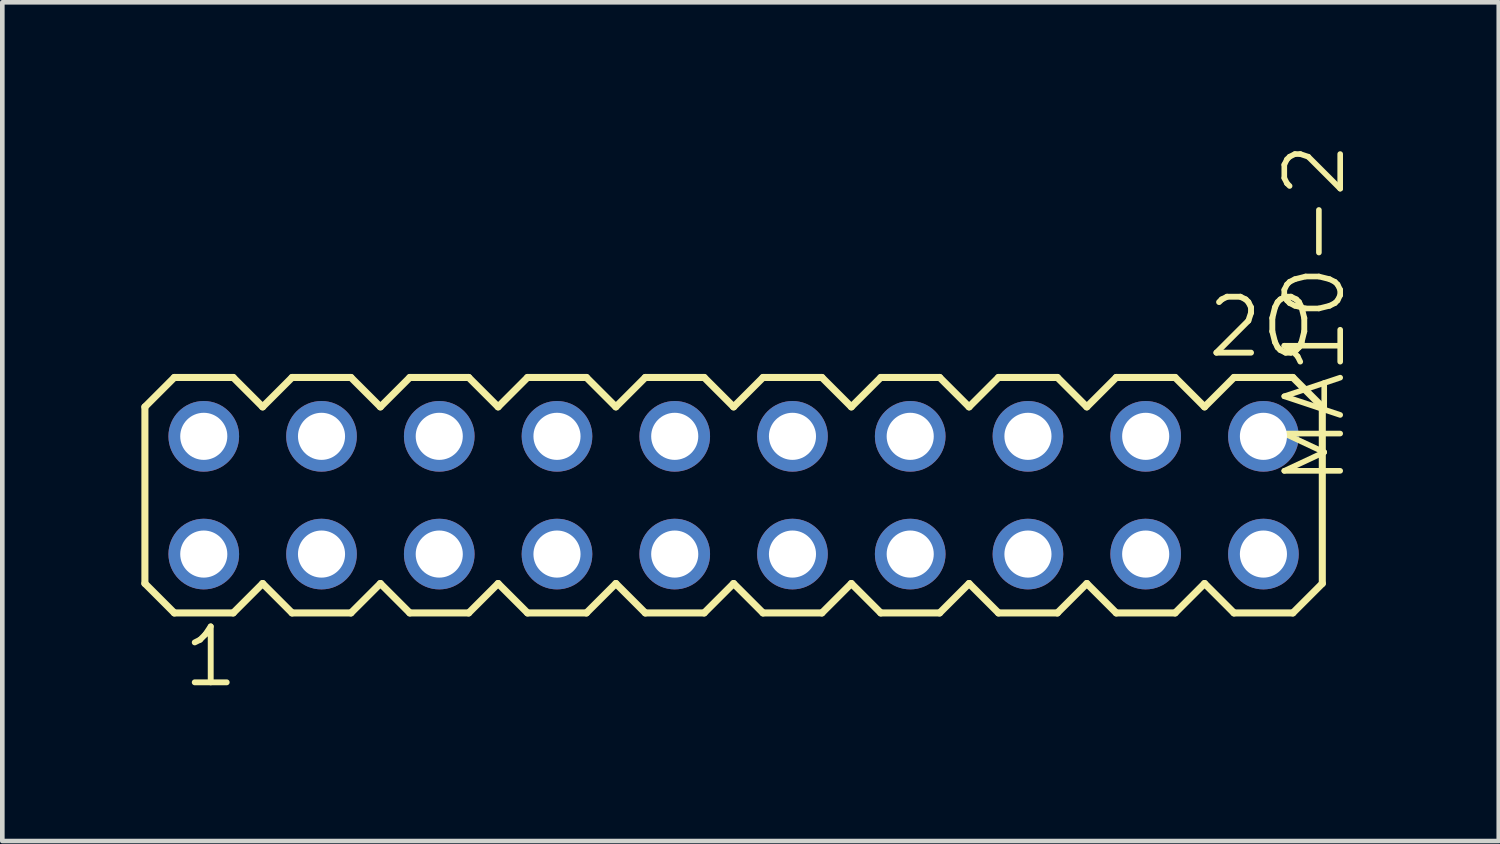
<source format=kicad_pcb>
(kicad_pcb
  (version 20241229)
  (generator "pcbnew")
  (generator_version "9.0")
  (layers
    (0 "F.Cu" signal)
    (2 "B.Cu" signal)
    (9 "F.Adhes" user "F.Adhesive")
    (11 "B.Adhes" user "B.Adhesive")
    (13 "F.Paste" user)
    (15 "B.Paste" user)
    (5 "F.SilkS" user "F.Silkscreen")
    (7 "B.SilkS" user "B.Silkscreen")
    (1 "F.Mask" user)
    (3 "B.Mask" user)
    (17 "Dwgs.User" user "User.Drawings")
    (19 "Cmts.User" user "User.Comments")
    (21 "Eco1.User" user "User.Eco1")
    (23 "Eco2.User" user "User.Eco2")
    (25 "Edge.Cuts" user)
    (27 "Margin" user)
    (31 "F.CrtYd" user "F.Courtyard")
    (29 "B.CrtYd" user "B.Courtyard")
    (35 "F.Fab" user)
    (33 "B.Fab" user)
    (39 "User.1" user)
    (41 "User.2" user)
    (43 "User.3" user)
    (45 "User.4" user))
  (footprint "MA10-2"
    (layer "F.Cu")
    (at 12.776 7.633)
    (property "Reference" "MA10-2" (at 13.24 -0.159 270) (layer "F.SilkS") (effects (font (size 1.206 1.206) (thickness 0.121)) (justify left bottom)))
    (attr through_hole)
    (fp_line (start -12.7 -1.905) (end -12.7 1.905) (stroke (width 0.152) (type solid)) (layer "F.SilkS"))
    (fp_line (start -12.7 1.905) (end -12.065 2.54) (stroke (width 0.152) (type solid)) (layer "F.SilkS"))
    (fp_line (start -12.065 -2.54) (end -12.7 -1.905) (stroke (width 0.152) (type solid)) (layer "F.SilkS"))
    (fp_line (start -12.065 -2.54) (end -10.795 -2.54) (stroke (width 0.152) (type solid)) (layer "F.SilkS"))
    (fp_line (start -10.795 -2.54) (end -10.16 -1.905) (stroke (width 0.152) (type solid)) (layer "F.SilkS"))
    (fp_line (start -10.795 2.54) (end -12.065 2.54) (stroke (width 0.152) (type solid)) (layer "F.SilkS"))
    (fp_line (start -10.16 -1.905) (end -9.525 -2.54) (stroke (width 0.152) (type solid)) (layer "F.SilkS"))
    (fp_line (start -10.16 1.905) (end -10.795 2.54) (stroke (width 0.152) (type solid)) (layer "F.SilkS"))
    (fp_line (start -9.525 -2.54) (end -8.255 -2.54) (stroke (width 0.152) (type solid)) (layer "F.SilkS"))
    (fp_line (start -9.525 2.54) (end -10.16 1.905) (stroke (width 0.152) (type solid)) (layer "F.SilkS"))
    (fp_line (start -8.255 -2.54) (end -7.62 -1.905) (stroke (width 0.152) (type solid)) (layer "F.SilkS"))
    (fp_line (start -8.255 2.54) (end -9.525 2.54) (stroke (width 0.152) (type solid)) (layer "F.SilkS"))
    (fp_line (start -7.62 -1.905) (end -6.985 -2.54) (stroke (width 0.152) (type solid)) (layer "F.SilkS"))
    (fp_line (start -7.62 1.905) (end -8.255 2.54) (stroke (width 0.152) (type solid)) (layer "F.SilkS"))
    (fp_line (start -6.985 -2.54) (end -5.715 -2.54) (stroke (width 0.152) (type solid)) (layer "F.SilkS"))
    (fp_line (start -6.985 2.54) (end -7.62 1.905) (stroke (width 0.152) (type solid)) (layer "F.SilkS"))
    (fp_line (start -5.715 -2.54) (end -5.08 -1.905) (stroke (width 0.152) (type solid)) (layer "F.SilkS"))
    (fp_line (start -5.715 2.54) (end -6.985 2.54) (stroke (width 0.152) (type solid)) (layer "F.SilkS"))
    (fp_line (start -5.08 1.905) (end -5.715 2.54) (stroke (width 0.152) (type solid)) (layer "F.SilkS"))
    (fp_line (start -5.08 1.905) (end -4.445 2.54) (stroke (width 0.152) (type solid)) (layer "F.SilkS"))
    (fp_line (start -4.445 -2.54) (end -5.08 -1.905) (stroke (width 0.152) (type solid)) (layer "F.SilkS"))
    (fp_line (start -4.445 -2.54) (end -3.175 -2.54) (stroke (width 0.152) (type solid)) (layer "F.SilkS"))
    (fp_line (start -3.175 -2.54) (end -2.54 -1.905) (stroke (width 0.152) (type solid)) (layer "F.SilkS"))
    (fp_line (start -3.175 2.54) (end -4.445 2.54) (stroke (width 0.152) (type solid)) (layer "F.SilkS"))
    (fp_line (start -2.54 -1.905) (end -1.905 -2.54) (stroke (width 0.152) (type solid)) (layer "F.SilkS"))
    (fp_line (start -2.54 1.905) (end -3.175 2.54) (stroke (width 0.152) (type solid)) (layer "F.SilkS"))
    (fp_line (start -1.905 -2.54) (end -0.635 -2.54) (stroke (width 0.152) (type solid)) (layer "F.SilkS"))
    (fp_line (start -1.905 2.54) (end -2.54 1.905) (stroke (width 0.152) (type solid)) (layer "F.SilkS"))
    (fp_line (start -0.635 -2.54) (end 0 -1.905) (stroke (width 0.152) (type solid)) (layer "F.SilkS"))
    (fp_line (start -0.635 2.54) (end -1.905 2.54) (stroke (width 0.152) (type solid)) (layer "F.SilkS"))
    (fp_line (start 0 -1.905) (end 0.635 -2.54) (stroke (width 0.152) (type solid)) (layer "F.SilkS"))
    (fp_line (start 0 1.905) (end -0.635 2.54) (stroke (width 0.152) (type solid)) (layer "F.SilkS"))
    (fp_line (start 0.635 -2.54) (end 1.905 -2.54) (stroke (width 0.152) (type solid)) (layer "F.SilkS"))
    (fp_line (start 0.635 2.54) (end 0 1.905) (stroke (width 0.152) (type solid)) (layer "F.SilkS"))
    (fp_line (start 1.905 -2.54) (end 2.54 -1.905) (stroke (width 0.152) (type solid)) (layer "F.SilkS"))
    (fp_line (start 1.905 2.54) (end 0.635 2.54) (stroke (width 0.152) (type solid)) (layer "F.SilkS"))
    (fp_line (start 2.54 1.905) (end 1.905 2.54) (stroke (width 0.152) (type solid)) (layer "F.SilkS"))
    (fp_line (start 2.54 1.905) (end 3.175 2.54) (stroke (width 0.152) (type solid)) (layer "F.SilkS"))
    (fp_line (start 3.175 -2.54) (end 2.54 -1.905) (stroke (width 0.152) (type solid)) (layer "F.SilkS"))
    (fp_line (start 3.175 -2.54) (end 4.445 -2.54) (stroke (width 0.152) (type solid)) (layer "F.SilkS"))
    (fp_line (start 4.445 -2.54) (end 5.08 -1.905) (stroke (width 0.152) (type solid)) (layer "F.SilkS"))
    (fp_line (start 4.445 2.54) (end 3.175 2.54) (stroke (width 0.152) (type solid)) (layer "F.SilkS"))
    (fp_line (start 5.08 -1.905) (end 5.715 -2.54) (stroke (width 0.152) (type solid)) (layer "F.SilkS"))
    (fp_line (start 5.08 1.905) (end 4.445 2.54) (stroke (width 0.152) (type solid)) (layer "F.SilkS"))
    (fp_line (start 5.715 -2.54) (end 6.985 -2.54) (stroke (width 0.152) (type solid)) (layer "F.SilkS"))
    (fp_line (start 5.715 2.54) (end 5.08 1.905) (stroke (width 0.152) (type solid)) (layer "F.SilkS"))
    (fp_line (start 5.715 2.54) (end 6.985 2.54) (stroke (width 0.152) (type solid)) (layer "F.SilkS"))
    (fp_line (start 7.62 -1.905) (end 6.985 -2.54) (stroke (width 0.152) (type solid)) (layer "F.SilkS"))
    (fp_line (start 7.62 -1.905) (end 8.255 -2.54) (stroke (width 0.152) (type solid)) (layer "F.SilkS"))
    (fp_line (start 7.62 1.905) (end 6.985 2.54) (stroke (width 0.152) (type solid)) (layer "F.SilkS"))
    (fp_line (start 7.62 1.905) (end 8.255 2.54) (stroke (width 0.152) (type solid)) (layer "F.SilkS"))
    (fp_line (start 8.255 -2.54) (end 9.525 -2.54) (stroke (width 0.152) (type solid)) (layer "F.SilkS"))
    (fp_line (start 8.255 2.54) (end 9.525 2.54) (stroke (width 0.152) (type solid)) (layer "F.SilkS"))
    (fp_line (start 10.16 -1.905) (end 9.525 -2.54) (stroke (width 0.152) (type solid)) (layer "F.SilkS"))
    (fp_line (start 10.16 -1.905) (end 10.795 -2.54) (stroke (width 0.152) (type solid)) (layer "F.SilkS"))
    (fp_line (start 10.16 1.905) (end 9.525 2.54) (stroke (width 0.152) (type solid)) (layer "F.SilkS"))
    (fp_line (start 10.16 1.905) (end 10.795 2.54) (stroke (width 0.152) (type solid)) (layer "F.SilkS"))
    (fp_line (start 10.795 -2.54) (end 12.065 -2.54) (stroke (width 0.152) (type solid)) (layer "F.SilkS"))
    (fp_line (start 10.795 2.54) (end 12.065 2.54) (stroke (width 0.152) (type solid)) (layer "F.SilkS"))
    (fp_line (start 12.065 -2.54) (end 12.7 -1.905) (stroke (width 0.152) (type solid)) (layer "F.SilkS"))
    (fp_line (start 12.7 -1.905) (end 12.7 1.905) (stroke (width 0.152) (type solid)) (layer "F.SilkS"))
    (fp_line (start 12.7 1.905) (end 12.065 2.54) (stroke (width 0.152) (type solid)) (layer "F.SilkS"))
    (fp_poly (pts (xy -11.684 -1.016) (xy -11.176 -1.016) (xy -11.176 -1.524) (xy -11.684 -1.524)) (stroke (width 0.1) (type solid)) (fill no) (layer "F.Fab"))
    (fp_poly (pts (xy -11.684 1.524) (xy -11.176 1.524) (xy -11.176 1.016) (xy -11.684 1.016)) (stroke (width 0.1) (type solid)) (fill no) (layer "F.Fab"))
    (fp_poly (pts (xy -9.144 -1.016) (xy -8.636 -1.016) (xy -8.636 -1.524) (xy -9.144 -1.524)) (stroke (width 0.1) (type solid)) (fill no) (layer "F.Fab"))
    (fp_poly (pts (xy -9.144 1.524) (xy -8.636 1.524) (xy -8.636 1.016) (xy -9.144 1.016)) (stroke (width 0.1) (type solid)) (fill no) (layer "F.Fab"))
    (fp_poly (pts (xy -6.604 -1.016) (xy -6.096 -1.016) (xy -6.096 -1.524) (xy -6.604 -1.524)) (stroke (width 0.1) (type solid)) (fill no) (layer "F.Fab"))
    (fp_poly (pts (xy -6.604 1.524) (xy -6.096 1.524) (xy -6.096 1.016) (xy -6.604 1.016)) (stroke (width 0.1) (type solid)) (fill no) (layer "F.Fab"))
    (fp_poly (pts (xy -4.064 -1.016) (xy -3.556 -1.016) (xy -3.556 -1.524) (xy -4.064 -1.524)) (stroke (width 0.1) (type solid)) (fill no) (layer "F.Fab"))
    (fp_poly (pts (xy -4.064 1.524) (xy -3.556 1.524) (xy -3.556 1.016) (xy -4.064 1.016)) (stroke (width 0.1) (type solid)) (fill no) (layer "F.Fab"))
    (fp_poly (pts (xy -1.524 -1.016) (xy -1.016 -1.016) (xy -1.016 -1.524) (xy -1.524 -1.524)) (stroke (width 0.1) (type solid)) (fill no) (layer "F.Fab"))
    (fp_poly (pts (xy -1.524 1.524) (xy -1.016 1.524) (xy -1.016 1.016) (xy -1.524 1.016)) (stroke (width 0.1) (type solid)) (fill no) (layer "F.Fab"))
    (fp_poly (pts (xy 1.016 -1.016) (xy 1.524 -1.016) (xy 1.524 -1.524) (xy 1.016 -1.524)) (stroke (width 0.1) (type solid)) (fill no) (layer "F.Fab"))
    (fp_poly (pts (xy 1.016 1.524) (xy 1.524 1.524) (xy 1.524 1.016) (xy 1.016 1.016)) (stroke (width 0.1) (type solid)) (fill no) (layer "F.Fab"))
    (fp_poly (pts (xy 3.556 -1.016) (xy 4.064 -1.016) (xy 4.064 -1.524) (xy 3.556 -1.524)) (stroke (width 0.1) (type solid)) (fill no) (layer "F.Fab"))
    (fp_poly (pts (xy 3.556 1.524) (xy 4.064 1.524) (xy 4.064 1.016) (xy 3.556 1.016)) (stroke (width 0.1) (type solid)) (fill no) (layer "F.Fab"))
    (fp_poly (pts (xy 6.096 -1.016) (xy 6.604 -1.016) (xy 6.604 -1.524) (xy 6.096 -1.524)) (stroke (width 0.1) (type solid)) (fill no) (layer "F.Fab"))
    (fp_poly (pts (xy 6.096 1.524) (xy 6.604 1.524) (xy 6.604 1.016) (xy 6.096 1.016)) (stroke (width 0.1) (type solid)) (fill no) (layer "F.Fab"))
    (fp_poly (pts (xy 8.636 -1.016) (xy 9.144 -1.016) (xy 9.144 -1.524) (xy 8.636 -1.524)) (stroke (width 0.1) (type solid)) (fill no) (layer "F.Fab"))
    (fp_poly (pts (xy 8.636 1.524) (xy 9.144 1.524) (xy 9.144 1.016) (xy 8.636 1.016)) (stroke (width 0.1) (type solid)) (fill no) (layer "F.Fab"))
    (fp_poly (pts (xy 11.176 -1.016) (xy 11.684 -1.016) (xy 11.684 -1.524) (xy 11.176 -1.524)) (stroke (width 0.1) (type solid)) (fill no) (layer "F.Fab"))
    (fp_poly (pts (xy 11.176 1.524) (xy 11.684 1.524) (xy 11.684 1.016) (xy 11.176 1.016)) (stroke (width 0.1) (type solid)) (fill no) (layer "F.Fab"))
    (fp_text user "1" (at -11.938 4.191 0) (layer "F.SilkS") (effects (font (size 1.206 1.206) (thickness 0.127)) (justify left bottom)))
    (fp_text user "20" (at 10.16 -2.921 0) (layer "F.SilkS") (effects (font (size 1.206 1.206) (thickness 0.127)) (justify left bottom)))
    (pad "1" thru_hole circle (at -11.43 1.27) (size 1.524 1.524) (drill 1.016) (layers "*.Cu" "*.Mask"))
    (pad "2" thru_hole circle (at -11.43 -1.27) (size 1.524 1.524) (drill 1.016) (layers "*.Cu" "*.Mask"))
    (pad "3" thru_hole circle (at -8.89 1.27) (size 1.524 1.524) (drill 1.016) (layers "*.Cu" "*.Mask"))
    (pad "4" thru_hole circle (at -8.89 -1.27) (size 1.524 1.524) (drill 1.016) (layers "*.Cu" "*.Mask"))
    (pad "5" thru_hole circle (at -6.35 1.27) (size 1.524 1.524) (drill 1.016) (layers "*.Cu" "*.Mask"))
    (pad "6" thru_hole circle (at -6.35 -1.27) (size 1.524 1.524) (drill 1.016) (layers "*.Cu" "*.Mask"))
    (pad "7" thru_hole circle (at -3.81 1.27) (size 1.524 1.524) (drill 1.016) (layers "*.Cu" "*.Mask"))
    (pad "8" thru_hole circle (at -3.81 -1.27) (size 1.524 1.524) (drill 1.016) (layers "*.Cu" "*.Mask"))
    (pad "9" thru_hole circle (at -1.27 1.27) (size 1.524 1.524) (drill 1.016) (layers "*.Cu" "*.Mask"))
    (pad "10" thru_hole circle (at -1.27 -1.27) (size 1.524 1.524) (drill 1.016) (layers "*.Cu" "*.Mask"))
    (pad "11" thru_hole circle (at 1.27 1.27) (size 1.524 1.524) (drill 1.016) (layers "*.Cu" "*.Mask"))
    (pad "12" thru_hole circle (at 1.27 -1.27) (size 1.524 1.524) (drill 1.016) (layers "*.Cu" "*.Mask"))
    (pad "13" thru_hole circle (at 3.81 1.27) (size 1.524 1.524) (drill 1.016) (layers "*.Cu" "*.Mask"))
    (pad "14" thru_hole circle (at 3.81 -1.27) (size 1.524 1.524) (drill 1.016) (layers "*.Cu" "*.Mask"))
    (pad "15" thru_hole circle (at 6.35 1.27) (size 1.524 1.524) (drill 1.016) (layers "*.Cu" "*.Mask"))
    (pad "16" thru_hole circle (at 6.35 -1.27) (size 1.524 1.524) (drill 1.016) (layers "*.Cu" "*.Mask"))
    (pad "17" thru_hole circle (at 8.89 1.27) (size 1.524 1.524) (drill 1.016) (layers "*.Cu" "*.Mask"))
    (pad "18" thru_hole circle (at 8.89 -1.27) (size 1.524 1.524) (drill 1.016) (layers "*.Cu" "*.Mask"))
    (pad "19" thru_hole circle (at 11.43 1.27) (size 1.524 1.524) (drill 1.016) (layers "*.Cu" "*.Mask"))
    (pad "20" thru_hole circle (at 11.43 -1.27) (size 1.524 1.524) (drill 1.016) (layers "*.Cu" "*.Mask")))
  (gr_rect
    (start -3 -3)
    (end 29.283 15.094)
    (stroke (width 0.1) (type default))
    (fill no)
    (layer "Edge.Cuts")))
</source>
